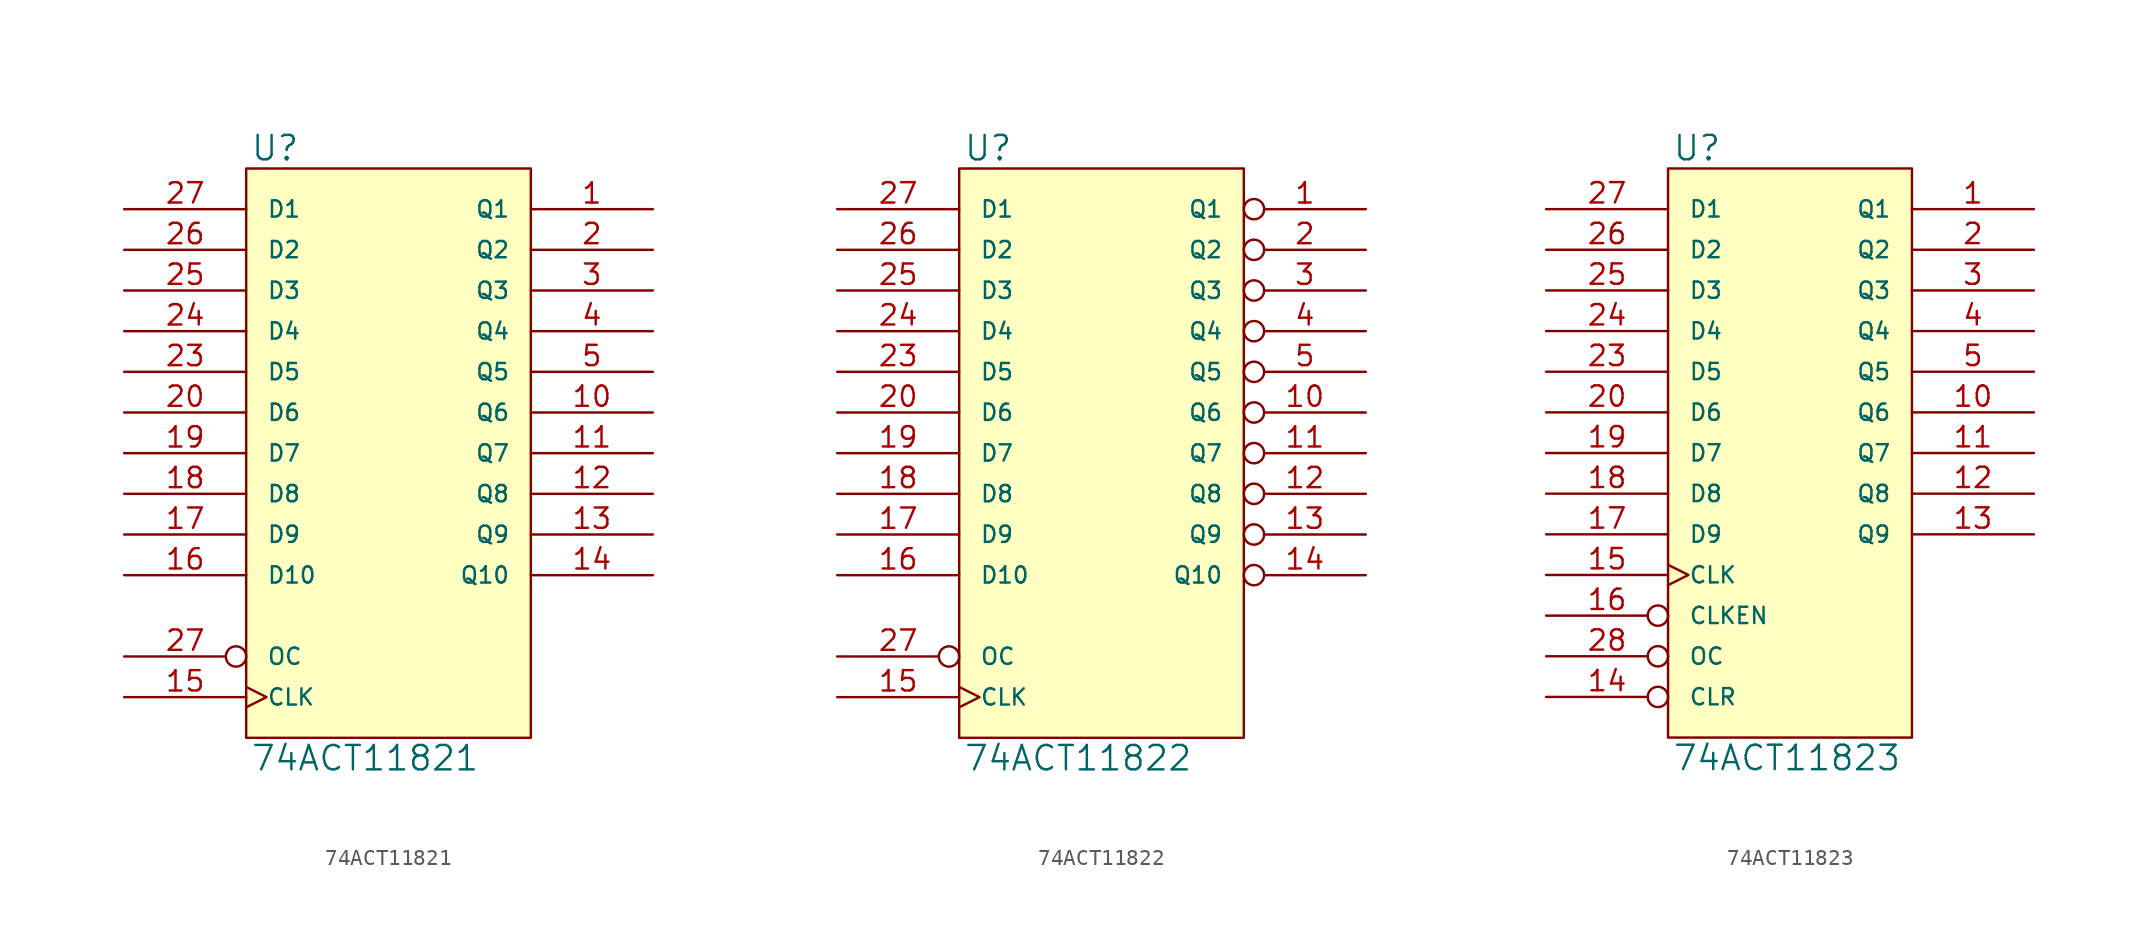
<source format=kicad_sym>
(kicad_symbol_lib
  (version 20231120)
  (generator "kicad_symbol_editor")
  (generator_version "8.0")
  (symbol "74ACT11821"
    (pin_names
      (offset 1.27))
    (property "Reference" "U"
      (at 0.254 0.381 0)
      (effects (font (size 1.524 1.524)) (justify left bottom)))
    (property "Value" "74ACT11821"
      (at 0.254 -35.941 0)
      (effects (font (size 1.524 1.524)) (justify left top)))
    (symbol "74ACT11821_0_1"
      (rectangle (start 0 0) (end 17.78 -35.56) (stroke (width 0) (type solid)) (fill (type background))))
    (symbol "74ACT11821_1_1"
      (pin tri_state line (at 25.4 -2.54 180) (length 7.62) (name "Q1" (effects (font (size 1.016 1.016)))) (number "1" (effects (font (size 1.27 1.27)))))
      (pin tri_state line (at 25.4 -15.24 180) (length 7.62) (name "Q6" (effects (font (size 1.016 1.016)))) (number "10" (effects (font (size 1.27 1.27)))))
      (pin tri_state line (at 25.4 -17.78 180) (length 7.62) (name "Q7" (effects (font (size 1.016 1.016)))) (number "11" (effects (font (size 1.27 1.27)))))
      (pin tri_state line (at 25.4 -20.32 180) (length 7.62) (name "Q8" (effects (font (size 1.016 1.016)))) (number "12" (effects (font (size 1.27 1.27)))))
      (pin tri_state line (at 25.4 -22.86 180) (length 7.62) (name "Q9" (effects (font (size 1.016 1.016)))) (number "13" (effects (font (size 1.27 1.27)))))
      (pin tri_state line (at 25.4 -25.4 180) (length 7.62) (name "Q10" (effects (font (size 1.016 1.016)))) (number "14" (effects (font (size 1.27 1.27)))))
      (pin input clock (at -7.62 -33.02 0) (length 7.62) (name "CLK" (effects (font (size 1.016 1.016)))) (number "15" (effects (font (size 1.27 1.27)))))
      (pin input line (at -7.62 -25.4 0) (length 7.62) (name "D10" (effects (font (size 1.016 1.016)))) (number "16" (effects (font (size 1.27 1.27)))))
      (pin input line (at -7.62 -22.86 0) (length 7.62) (name "D9" (effects (font (size 1.016 1.016)))) (number "17" (effects (font (size 1.27 1.27)))))
      (pin input line (at -7.62 -20.32 0) (length 7.62) (name "D8" (effects (font (size 1.016 1.016)))) (number "18" (effects (font (size 1.27 1.27)))))
      (pin input line (at -7.62 -17.78 0) (length 7.62) (name "D7" (effects (font (size 1.016 1.016)))) (number "19" (effects (font (size 1.27 1.27)))))
      (pin tri_state line (at 25.4 -5.08 180) (length 7.62) (name "Q2" (effects (font (size 1.016 1.016)))) (number "2" (effects (font (size 1.27 1.27)))))
      (pin input line (at -7.62 -15.24 0) (length 7.62) (name "D6" (effects (font (size 1.016 1.016)))) (number "20" (effects (font (size 1.27 1.27)))))
      (pin power_in line (at 2.54 0 270) (length 0) hide (name "VCC" (effects (font (size 1.016 1.016)))) (number "21" (effects (font (size 1.27 1.27)))))
      (pin power_in line (at 0 0 270) (length 0) hide (name "VCC" (effects (font (size 1.016 1.016)))) (number "22" (effects (font (size 1.27 1.27)))))
      (pin input line (at -7.62 -12.7 0) (length 7.62) (name "D5" (effects (font (size 1.016 1.016)))) (number "23" (effects (font (size 1.27 1.27)))))
      (pin input line (at -7.62 -10.16 0) (length 7.62) (name "D4" (effects (font (size 1.016 1.016)))) (number "24" (effects (font (size 1.27 1.27)))))
      (pin input line (at -7.62 -7.62 0) (length 7.62) (name "D3" (effects (font (size 1.016 1.016)))) (number "25" (effects (font (size 1.27 1.27)))))
      (pin input line (at -7.62 -5.08 0) (length 7.62) (name "D2" (effects (font (size 1.016 1.016)))) (number "26" (effects (font (size 1.27 1.27)))))
      (pin input line (at -7.62 -2.54 0) (length 7.62) (name "D1" (effects (font (size 1.016 1.016)))) (number "27" (effects (font (size 1.27 1.27)))))
      (pin input inverted (at -7.62 -30.48 0) (length 7.62) (name "OC" (effects (font (size 1.016 1.016)))) (number "27" (effects (font (size 1.27 1.27)))))
      (pin tri_state line (at 25.4 -7.62 180) (length 7.62) (name "Q3" (effects (font (size 1.016 1.016)))) (number "3" (effects (font (size 1.27 1.27)))))
      (pin tri_state line (at 25.4 -10.16 180) (length 7.62) (name "Q4" (effects (font (size 1.016 1.016)))) (number "4" (effects (font (size 1.27 1.27)))))
      (pin tri_state line (at 25.4 -12.7 180) (length 7.62) (name "Q5" (effects (font (size 1.016 1.016)))) (number "5" (effects (font (size 1.27 1.27)))))
      (pin power_in line (at 0 -35.56 90) (length 0) hide (name "GND" (effects (font (size 1.016 1.016)))) (number "6" (effects (font (size 1.27 1.27)))))
      (pin power_in line (at 2.54 -35.56 90) (length 0) hide (name "GND" (effects (font (size 1.016 1.016)))) (number "7" (effects (font (size 1.27 1.27)))))
      (pin power_in line (at 5.08 -35.56 90) (length 0) hide (name "GND" (effects (font (size 1.016 1.016)))) (number "8" (effects (font (size 1.27 1.27)))))
      (pin power_in line (at 7.62 -35.56 90) (length 0) hide (name "GND" (effects (font (size 1.016 1.016)))) (number "9" (effects (font (size 1.27 1.27)))))))
  (symbol "74ACT11822"
    (pin_names
      (offset 1.27))
    (property "Reference" "U"
      (at 0.254 0.381 0)
      (effects (font (size 1.524 1.524)) (justify left bottom)))
    (property "Value" "74ACT11822"
      (at 0.254 -35.941 0)
      (effects (font (size 1.524 1.524)) (justify left top)))
    (symbol "74ACT11822_0_1"
      (rectangle (start 0 0) (end 17.78 -35.56) (stroke (width 0) (type solid)) (fill (type background))))
    (symbol "74ACT11822_1_1"
      (pin tri_state inverted (at 25.4 -2.54 180) (length 7.62) (name "Q1" (effects (font (size 1.016 1.016)))) (number "1" (effects (font (size 1.27 1.27)))))
      (pin tri_state inverted (at 25.4 -15.24 180) (length 7.62) (name "Q6" (effects (font (size 1.016 1.016)))) (number "10" (effects (font (size 1.27 1.27)))))
      (pin tri_state inverted (at 25.4 -17.78 180) (length 7.62) (name "Q7" (effects (font (size 1.016 1.016)))) (number "11" (effects (font (size 1.27 1.27)))))
      (pin tri_state inverted (at 25.4 -20.32 180) (length 7.62) (name "Q8" (effects (font (size 1.016 1.016)))) (number "12" (effects (font (size 1.27 1.27)))))
      (pin tri_state inverted (at 25.4 -22.86 180) (length 7.62) (name "Q9" (effects (font (size 1.016 1.016)))) (number "13" (effects (font (size 1.27 1.27)))))
      (pin tri_state inverted (at 25.4 -25.4 180) (length 7.62) (name "Q10" (effects (font (size 1.016 1.016)))) (number "14" (effects (font (size 1.27 1.27)))))
      (pin input clock (at -7.62 -33.02 0) (length 7.62) (name "CLK" (effects (font (size 1.016 1.016)))) (number "15" (effects (font (size 1.27 1.27)))))
      (pin input line (at -7.62 -25.4 0) (length 7.62) (name "D10" (effects (font (size 1.016 1.016)))) (number "16" (effects (font (size 1.27 1.27)))))
      (pin input line (at -7.62 -22.86 0) (length 7.62) (name "D9" (effects (font (size 1.016 1.016)))) (number "17" (effects (font (size 1.27 1.27)))))
      (pin input line (at -7.62 -20.32 0) (length 7.62) (name "D8" (effects (font (size 1.016 1.016)))) (number "18" (effects (font (size 1.27 1.27)))))
      (pin input line (at -7.62 -17.78 0) (length 7.62) (name "D7" (effects (font (size 1.016 1.016)))) (number "19" (effects (font (size 1.27 1.27)))))
      (pin tri_state inverted (at 25.4 -5.08 180) (length 7.62) (name "Q2" (effects (font (size 1.016 1.016)))) (number "2" (effects (font (size 1.27 1.27)))))
      (pin input line (at -7.62 -15.24 0) (length 7.62) (name "D6" (effects (font (size 1.016 1.016)))) (number "20" (effects (font (size 1.27 1.27)))))
      (pin power_in line (at 2.54 0 270) (length 0) hide (name "VCC" (effects (font (size 1.016 1.016)))) (number "21" (effects (font (size 1.27 1.27)))))
      (pin power_in line (at 0 0 270) (length 0) hide (name "VCC" (effects (font (size 1.016 1.016)))) (number "22" (effects (font (size 1.27 1.27)))))
      (pin input line (at -7.62 -12.7 0) (length 7.62) (name "D5" (effects (font (size 1.016 1.016)))) (number "23" (effects (font (size 1.27 1.27)))))
      (pin input line (at -7.62 -10.16 0) (length 7.62) (name "D4" (effects (font (size 1.016 1.016)))) (number "24" (effects (font (size 1.27 1.27)))))
      (pin input line (at -7.62 -7.62 0) (length 7.62) (name "D3" (effects (font (size 1.016 1.016)))) (number "25" (effects (font (size 1.27 1.27)))))
      (pin input line (at -7.62 -5.08 0) (length 7.62) (name "D2" (effects (font (size 1.016 1.016)))) (number "26" (effects (font (size 1.27 1.27)))))
      (pin input line (at -7.62 -2.54 0) (length 7.62) (name "D1" (effects (font (size 1.016 1.016)))) (number "27" (effects (font (size 1.27 1.27)))))
      (pin input inverted (at -7.62 -30.48 0) (length 7.62) (name "OC" (effects (font (size 1.016 1.016)))) (number "27" (effects (font (size 1.27 1.27)))))
      (pin tri_state inverted (at 25.4 -7.62 180) (length 7.62) (name "Q3" (effects (font (size 1.016 1.016)))) (number "3" (effects (font (size 1.27 1.27)))))
      (pin tri_state inverted (at 25.4 -10.16 180) (length 7.62) (name "Q4" (effects (font (size 1.016 1.016)))) (number "4" (effects (font (size 1.27 1.27)))))
      (pin tri_state inverted (at 25.4 -12.7 180) (length 7.62) (name "Q5" (effects (font (size 1.016 1.016)))) (number "5" (effects (font (size 1.27 1.27)))))
      (pin power_in line (at 0 -35.56 90) (length 0) hide (name "GND" (effects (font (size 1.016 1.016)))) (number "6" (effects (font (size 1.27 1.27)))))
      (pin power_in line (at 2.54 -35.56 90) (length 0) hide (name "GND" (effects (font (size 1.016 1.016)))) (number "7" (effects (font (size 1.27 1.27)))))
      (pin power_in line (at 5.08 -35.56 90) (length 0) hide (name "GND" (effects (font (size 1.016 1.016)))) (number "8" (effects (font (size 1.27 1.27)))))
      (pin power_in line (at 7.62 -35.56 90) (length 0) hide (name "GND" (effects (font (size 1.016 1.016)))) (number "9" (effects (font (size 1.27 1.27)))))))
  (symbol "74ACT11823"
    (pin_names
      (offset 1.27))
    (property "Reference" "U"
      (at 0.254 0.381 0)
      (effects (font (size 1.524 1.524)) (justify left bottom)))
    (property "Value" "74ACT11823"
      (at 0.254 -35.941 0)
      (effects (font (size 1.524 1.524)) (justify left top)))
    (symbol "74ACT11823_0_1"
      (rectangle (start 0 0) (end 15.24 -35.56) (stroke (width 0) (type solid)) (fill (type background))))
    (symbol "74ACT11823_1_1"
      (pin tri_state line (at 22.86 -2.54 180) (length 7.62) (name "Q1" (effects (font (size 1.016 1.016)))) (number "1" (effects (font (size 1.27 1.27)))))
      (pin tri_state line (at 22.86 -15.24 180) (length 7.62) (name "Q6" (effects (font (size 1.016 1.016)))) (number "10" (effects (font (size 1.27 1.27)))))
      (pin tri_state line (at 22.86 -17.78 180) (length 7.62) (name "Q7" (effects (font (size 1.016 1.016)))) (number "11" (effects (font (size 1.27 1.27)))))
      (pin tri_state line (at 22.86 -20.32 180) (length 7.62) (name "Q8" (effects (font (size 1.016 1.016)))) (number "12" (effects (font (size 1.27 1.27)))))
      (pin tri_state line (at 22.86 -22.86 180) (length 7.62) (name "Q9" (effects (font (size 1.016 1.016)))) (number "13" (effects (font (size 1.27 1.27)))))
      (pin input inverted (at -7.62 -33.02 0) (length 7.62) (name "CLR" (effects (font (size 1.016 1.016)))) (number "14" (effects (font (size 1.27 1.27)))))
      (pin input clock (at -7.62 -25.4 0) (length 7.62) (name "CLK" (effects (font (size 1.016 1.016)))) (number "15" (effects (font (size 1.27 1.27)))))
      (pin input inverted (at -7.62 -27.94 0) (length 7.62) (name "CLKEN" (effects (font (size 1.016 1.016)))) (number "16" (effects (font (size 1.27 1.27)))))
      (pin input line (at -7.62 -22.86 0) (length 7.62) (name "D9" (effects (font (size 1.016 1.016)))) (number "17" (effects (font (size 1.27 1.27)))))
      (pin input line (at -7.62 -20.32 0) (length 7.62) (name "D8" (effects (font (size 1.016 1.016)))) (number "18" (effects (font (size 1.27 1.27)))))
      (pin input line (at -7.62 -17.78 0) (length 7.62) (name "D7" (effects (font (size 1.016 1.016)))) (number "19" (effects (font (size 1.27 1.27)))))
      (pin tri_state line (at 22.86 -5.08 180) (length 7.62) (name "Q2" (effects (font (size 1.016 1.016)))) (number "2" (effects (font (size 1.27 1.27)))))
      (pin input line (at -7.62 -15.24 0) (length 7.62) (name "D6" (effects (font (size 1.016 1.016)))) (number "20" (effects (font (size 1.27 1.27)))))
      (pin power_in line (at 2.54 0 270) (length 0) hide (name "VCC" (effects (font (size 1.016 1.016)))) (number "21" (effects (font (size 1.27 1.27)))))
      (pin power_in line (at 0 0 270) (length 0) hide (name "VCC" (effects (font (size 1.016 1.016)))) (number "22" (effects (font (size 1.27 1.27)))))
      (pin input line (at -7.62 -12.7 0) (length 7.62) (name "D5" (effects (font (size 1.016 1.016)))) (number "23" (effects (font (size 1.27 1.27)))))
      (pin input line (at -7.62 -10.16 0) (length 7.62) (name "D4" (effects (font (size 1.016 1.016)))) (number "24" (effects (font (size 1.27 1.27)))))
      (pin input line (at -7.62 -7.62 0) (length 7.62) (name "D3" (effects (font (size 1.016 1.016)))) (number "25" (effects (font (size 1.27 1.27)))))
      (pin input line (at -7.62 -5.08 0) (length 7.62) (name "D2" (effects (font (size 1.016 1.016)))) (number "26" (effects (font (size 1.27 1.27)))))
      (pin input line (at -7.62 -2.54 0) (length 7.62) (name "D1" (effects (font (size 1.016 1.016)))) (number "27" (effects (font (size 1.27 1.27)))))
      (pin input inverted (at -7.62 -30.48 0) (length 7.62) (name "OC" (effects (font (size 1.016 1.016)))) (number "28" (effects (font (size 1.27 1.27)))))
      (pin tri_state line (at 22.86 -7.62 180) (length 7.62) (name "Q3" (effects (font (size 1.016 1.016)))) (number "3" (effects (font (size 1.27 1.27)))))
      (pin tri_state line (at 22.86 -10.16 180) (length 7.62) (name "Q4" (effects (font (size 1.016 1.016)))) (number "4" (effects (font (size 1.27 1.27)))))
      (pin tri_state line (at 22.86 -12.7 180) (length 7.62) (name "Q5" (effects (font (size 1.016 1.016)))) (number "5" (effects (font (size 1.27 1.27)))))
      (pin power_in line (at 0 -35.56 90) (length 0) hide (name "GND" (effects (font (size 1.016 1.016)))) (number "6" (effects (font (size 1.27 1.27)))))
      (pin power_in line (at 2.54 -35.56 90) (length 0) hide (name "GND" (effects (font (size 1.016 1.016)))) (number "7" (effects (font (size 1.27 1.27)))))
      (pin power_in line (at 5.08 -35.56 90) (length 0) hide (name "GND" (effects (font (size 1.016 1.016)))) (number "8" (effects (font (size 1.27 1.27)))))
      (pin power_in line (at 7.62 -35.56 90) (length 0) hide (name "GND" (effects (font (size 1.016 1.016)))) (number "9" (effects (font (size 1.27 1.27))))))))
</source>
